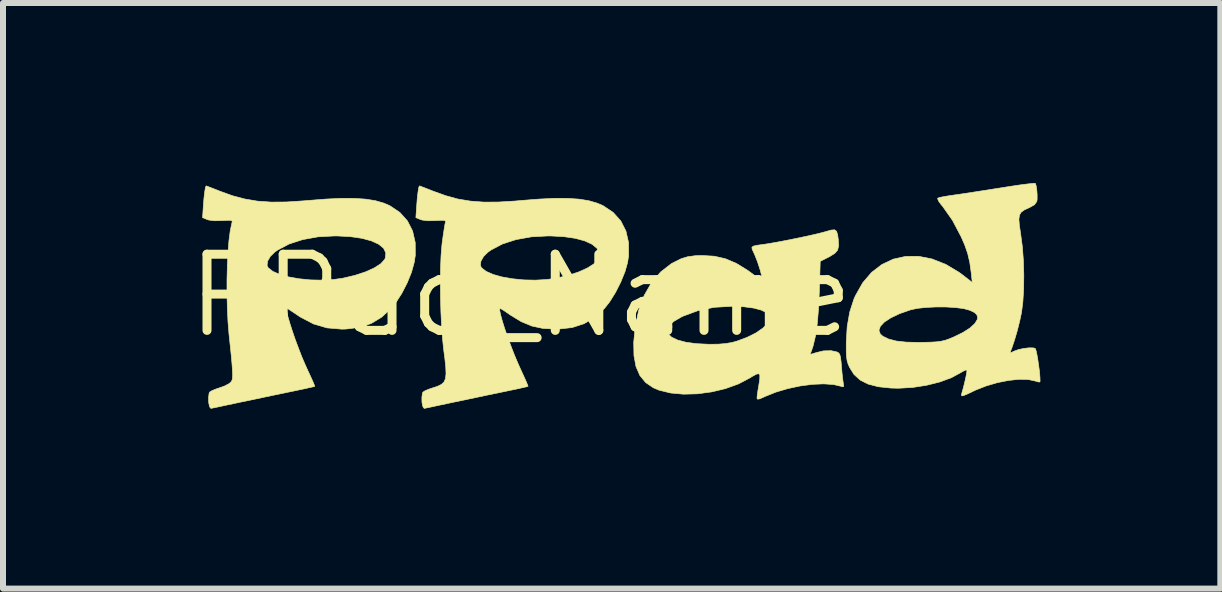
<source format=kicad_pcb>
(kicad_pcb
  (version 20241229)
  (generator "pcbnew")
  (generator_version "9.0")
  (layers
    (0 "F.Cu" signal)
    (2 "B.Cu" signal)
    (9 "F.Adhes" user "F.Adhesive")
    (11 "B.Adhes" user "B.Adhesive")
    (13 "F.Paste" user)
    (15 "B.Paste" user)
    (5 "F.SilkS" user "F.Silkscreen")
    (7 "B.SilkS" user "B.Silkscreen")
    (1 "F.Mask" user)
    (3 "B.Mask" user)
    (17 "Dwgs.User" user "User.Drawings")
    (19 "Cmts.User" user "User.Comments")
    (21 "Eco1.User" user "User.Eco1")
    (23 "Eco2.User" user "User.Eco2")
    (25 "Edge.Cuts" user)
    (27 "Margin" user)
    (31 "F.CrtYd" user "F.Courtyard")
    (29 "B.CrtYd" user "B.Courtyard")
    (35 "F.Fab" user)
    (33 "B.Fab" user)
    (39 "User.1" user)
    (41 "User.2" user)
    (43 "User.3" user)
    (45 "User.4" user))
  (footprint "PPad_Name"
    (layer "F.Cu")
    (at 5.632 1.878)
    (property "Reference" "PPad_Name" (at 0 0 0) (layer "F.SilkS") (effects (font (size 1.27 1.27) (thickness 0.15))))
    (attr through_hole)
    (fp_poly (pts (xy 5.264 -1.072) (xy 5.282 -1.011) (xy 5.292 -0.936) (xy 5.298 -0.831) (xy 5.281 -0.758) (xy 5.232 -0.703) (xy 5.145 -0.649) (xy 5.131 -0.642) (xy 4.991 -0.572) (xy 4.976 -0.064) (xy 4.962 0.229) (xy 4.941 0.475) (xy 4.911 0.678) (xy 4.872 0.84) (xy 4.85 0.906) (xy 4.832 0.955) (xy 4.826 0.977) (xy 4.847 0.974) (xy 4.9 0.958) (xy 4.921 0.951) (xy 5.047 0.921) (xy 5.173 0.918) (xy 5.266 0.938) (xy 5.296 0.953) (xy 5.316 0.979) (xy 5.329 1.026) (xy 5.339 1.105) (xy 5.346 1.186) (xy 5.355 1.295) (xy 5.366 1.391) (xy 5.375 1.458) (xy 5.378 1.471) (xy 5.383 1.514) (xy 5.362 1.52) (xy 5.344 1.513) (xy 5.214 1.482) (xy 5.049 1.471) (xy 4.86 1.479) (xy 4.657 1.506) (xy 4.45 1.55) (xy 4.251 1.609) (xy 4.07 1.682) (xy 4.059 1.687) (xy 3.988 1.719) (xy 3.95 1.727) (xy 3.938 1.714) (xy 3.937 1.707) (xy 3.941 1.662) (xy 3.952 1.586) (xy 3.965 1.509) (xy 3.983 1.396) (xy 3.985 1.328) (xy 3.967 1.301) (xy 3.925 1.31) (xy 3.853 1.35) (xy 3.818 1.372) (xy 3.628 1.472) (xy 3.412 1.55) (xy 3.181 1.605) (xy 2.944 1.637) (xy 2.712 1.643) (xy 2.495 1.623) (xy 2.304 1.576) (xy 2.209 1.536) (xy 2.081 1.449) (xy 1.985 1.332) (xy 1.92 1.183) (xy 1.886 0.999) (xy 1.882 0.777) (xy 1.902 0.572) (xy 2.44 0.572) (xy 2.455 0.636) (xy 2.513 0.692) (xy 2.612 0.74) (xy 2.751 0.777) (xy 2.927 0.801) (xy 3.139 0.811) (xy 3.141 0.811) (xy 3.295 0.809) (xy 3.416 0.799) (xy 3.521 0.781) (xy 3.598 0.76) (xy 3.771 0.696) (xy 3.921 0.621) (xy 4.04 0.538) (xy 4.12 0.453) (xy 4.148 0.401) (xy 4.146 0.34) (xy 4.098 0.286) (xy 4.008 0.241) (xy 3.88 0.207) (xy 3.718 0.186) (xy 3.525 0.178) (xy 3.517 0.178) (xy 3.222 0.195) (xy 2.954 0.25) (xy 2.705 0.342) (xy 2.673 0.358) (xy 2.547 0.431) (xy 2.47 0.504) (xy 2.44 0.572) (xy 1.902 0.572) (xy 1.907 0.52) (xy 1.965 0.244) (xy 2.056 -0.002) (xy 2.179 -0.217) (xy 2.332 -0.395) (xy 2.511 -0.534) (xy 2.674 -0.616) (xy 2.785 -0.649) (xy 2.914 -0.666) (xy 3.023 -0.669) (xy 3.226 -0.657) (xy 3.413 -0.614) (xy 3.594 -0.537) (xy 3.781 -0.422) (xy 3.872 -0.355) (xy 3.954 -0.293) (xy 4.002 -0.259) (xy 4.025 -0.251) (xy 4.03 -0.266) (xy 4.024 -0.297) (xy 3.99 -0.427) (xy 3.946 -0.563) (xy 3.899 -0.682) (xy 3.882 -0.718) (xy 3.857 -0.772) (xy 3.852 -0.805) (xy 3.876 -0.825) (xy 3.936 -0.839) (xy 4.026 -0.851) (xy 4.134 -0.867) (xy 4.275 -0.892) (xy 4.435 -0.922) (xy 4.602 -0.956) (xy 4.764 -0.99) (xy 4.91 -1.023) (xy 5.025 -1.051) (xy 5.079 -1.066) (xy 5.174 -1.093) (xy 5.232 -1.097) (xy 5.264 -1.072)) (stroke (width 0.01) (type solid)) (fill yes) (layer "F.SilkS"))
    (fp_poly (pts (xy -1.663 -1.82) (xy -1.601 -1.796) (xy -1.513 -1.762) (xy -1.466 -1.743) (xy -1.256 -1.667) (xy -1.053 -1.611) (xy -0.844 -1.576) (xy -0.622 -1.559) (xy -0.374 -1.56) (xy -0.09 -1.577) (xy -0.005 -1.585) (xy 0.301 -1.609) (xy 0.562 -1.622) (xy 0.785 -1.621) (xy 0.974 -1.608) (xy 1.134 -1.582) (xy 1.272 -1.542) (xy 1.372 -1.499) (xy 1.539 -1.387) (xy 1.666 -1.246) (xy 1.752 -1.077) (xy 1.796 -0.884) (xy 1.797 -0.669) (xy 1.78 -0.553) (xy 1.737 -0.4) (xy 1.667 -0.228) (xy 1.58 -0.055) (xy 1.483 0.101) (xy 1.397 0.211) (xy 1.234 0.361) (xy 1.056 0.467) (xy 0.857 0.532) (xy 0.629 0.558) (xy 0.573 0.558) (xy 0.366 0.546) (xy 0.184 0.507) (xy 0.009 0.435) (xy -0.172 0.325) (xy -0.215 0.295) (xy -0.282 0.249) (xy -0.331 0.22) (xy -0.349 0.214) (xy -0.352 0.248) (xy -0.337 0.321) (xy -0.308 0.425) (xy -0.268 0.553) (xy -0.218 0.696) (xy -0.162 0.847) (xy -0.103 0.999) (xy -0.042 1.142) (xy 0.003 1.242) (xy 0.051 1.347) (xy 0.09 1.433) (xy 0.114 1.492) (xy 0.121 1.513) (xy 0.095 1.52) (xy 0.027 1.535) (xy -0.075 1.558) (xy -0.205 1.585) (xy -0.353 1.616) (xy -0.381 1.622) (xy -0.566 1.66) (xy -0.764 1.702) (xy -0.958 1.743) (xy -1.133 1.779) (xy -1.239 1.802) (xy -1.368 1.829) (xy -1.478 1.853) (xy -1.56 1.87) (xy -1.605 1.879) (xy -1.611 1.88) (xy -1.627 1.86) (xy -1.636 1.839) (xy -1.648 1.777) (xy -1.649 1.699) (xy -1.641 1.632) (xy -1.632 1.609) (xy -1.598 1.587) (xy -1.532 1.559) (xy -1.475 1.54) (xy -1.389 1.512) (xy -1.325 1.481) (xy -1.281 1.441) (xy -1.256 1.384) (xy -1.247 1.304) (xy -1.251 1.192) (xy -1.267 1.043) (xy -1.284 0.914) (xy -1.304 0.728) (xy -1.32 0.51) (xy -1.332 0.272) (xy -1.339 0.024) (xy -1.341 -0.221) (xy -1.338 -0.453) (xy -1.336 -0.505) (xy -0.674 -0.505) (xy -0.657 -0.466) (xy -0.58 -0.405) (xy -0.462 -0.353) (xy -0.312 -0.311) (xy -0.139 -0.281) (xy 0.049 -0.262) (xy 0.242 -0.258) (xy 0.431 -0.268) (xy 0.588 -0.29) (xy 0.791 -0.338) (xy 0.968 -0.396) (xy 1.113 -0.462) (xy 1.222 -0.532) (xy 1.287 -0.604) (xy 1.296 -0.625) (xy 1.306 -0.711) (xy 1.269 -0.789) (xy 1.188 -0.856) (xy 1.067 -0.912) (xy 0.909 -0.955) (xy 0.717 -0.983) (xy 0.495 -0.995) (xy 0.449 -0.995) (xy 0.174 -0.98) (xy -0.08 -0.934) (xy -0.306 -0.861) (xy -0.496 -0.761) (xy -0.547 -0.725) (xy -0.621 -0.652) (xy -0.665 -0.575) (xy -0.674 -0.505) (xy -1.336 -0.505) (xy -1.33 -0.661) (xy -1.316 -0.833) (xy -1.311 -0.881) (xy -1.294 -1.003) (xy -1.278 -1.109) (xy -1.265 -1.187) (xy -1.256 -1.226) (xy -1.256 -1.227) (xy -1.256 -1.245) (xy -1.281 -1.255) (xy -1.341 -1.255) (xy -1.42 -1.251) (xy -1.549 -1.248) (xy -1.646 -1.26) (xy -1.674 -1.269) (xy -1.749 -1.3) (xy -1.737 -1.482) (xy -1.726 -1.624) (xy -1.713 -1.733) (xy -1.701 -1.803) (xy -1.69 -1.829) (xy -1.689 -1.829) (xy -1.663 -1.82)) (stroke (width 0.01) (type solid)) (fill yes) (layer "F.SilkS"))
    (fp_poly (pts (xy -5.219 -1.82) (xy -5.157 -1.796) (xy -5.069 -1.762) (xy -5.022 -1.743) (xy -4.81 -1.666) (xy -4.603 -1.611) (xy -4.39 -1.575) (xy -4.162 -1.559) (xy -3.908 -1.561) (xy -3.618 -1.58) (xy -3.561 -1.585) (xy -3.255 -1.609) (xy -2.994 -1.622) (xy -2.771 -1.621) (xy -2.582 -1.608) (xy -2.422 -1.582) (xy -2.284 -1.542) (xy -2.184 -1.499) (xy -2.017 -1.387) (xy -1.89 -1.246) (xy -1.804 -1.077) (xy -1.76 -0.884) (xy -1.759 -0.67) (xy -1.777 -0.553) (xy -1.822 -0.39) (xy -1.894 -0.212) (xy -1.985 -0.036) (xy -2.085 0.12) (xy -2.155 0.208) (xy -2.318 0.358) (xy -2.493 0.464) (xy -2.688 0.529) (xy -2.912 0.557) (xy -2.986 0.559) (xy -3.23 0.538) (xy -3.454 0.473) (xy -3.67 0.36) (xy -3.701 0.34) (xy -3.784 0.284) (xy -3.851 0.24) (xy -3.891 0.213) (xy -3.895 0.211) (xy -3.906 0.22) (xy -3.901 0.27) (xy -3.882 0.353) (xy -3.85 0.462) (xy -3.809 0.59) (xy -3.761 0.73) (xy -3.707 0.874) (xy -3.652 1.017) (xy -3.595 1.15) (xy -3.557 1.234) (xy -3.508 1.34) (xy -3.468 1.428) (xy -3.443 1.489) (xy -3.435 1.513) (xy -3.435 1.513) (xy -3.461 1.52) (xy -3.529 1.535) (xy -3.631 1.558) (xy -3.761 1.585) (xy -3.909 1.616) (xy -3.937 1.622) (xy -4.122 1.66) (xy -4.32 1.702) (xy -4.514 1.743) (xy -4.689 1.779) (xy -4.795 1.802) (xy -4.924 1.829) (xy -5.034 1.853) (xy -5.116 1.87) (xy -5.161 1.879) (xy -5.167 1.88) (xy -5.183 1.86) (xy -5.192 1.839) (xy -5.204 1.777) (xy -5.205 1.699) (xy -5.197 1.632) (xy -5.188 1.609) (xy -5.154 1.587) (xy -5.088 1.559) (xy -5.026 1.538) (xy -4.939 1.507) (xy -4.868 1.47) (xy -4.838 1.447) (xy -4.823 1.428) (xy -4.812 1.404) (xy -4.806 1.37) (xy -4.804 1.319) (xy -4.807 1.245) (xy -4.814 1.144) (xy -4.826 1.009) (xy -4.844 0.834) (xy -4.864 0.648) (xy -4.881 0.44) (xy -4.892 0.213) (xy -4.898 -0.024) (xy -4.898 -0.263) (xy -4.892 -0.496) (xy -4.892 -0.505) (xy -4.23 -0.505) (xy -4.213 -0.466) (xy -4.136 -0.405) (xy -4.018 -0.353) (xy -3.868 -0.311) (xy -3.695 -0.281) (xy -3.507 -0.262) (xy -3.314 -0.258) (xy -3.125 -0.268) (xy -2.968 -0.29) (xy -2.765 -0.338) (xy -2.588 -0.396) (xy -2.443 -0.462) (xy -2.334 -0.532) (xy -2.269 -0.604) (xy -2.26 -0.625) (xy -2.25 -0.711) (xy -2.287 -0.789) (xy -2.368 -0.856) (xy -2.489 -0.912) (xy -2.647 -0.955) (xy -2.839 -0.983) (xy -3.061 -0.995) (xy -3.107 -0.995) (xy -3.382 -0.98) (xy -3.636 -0.934) (xy -3.862 -0.861) (xy -4.052 -0.761) (xy -4.103 -0.725) (xy -4.177 -0.652) (xy -4.221 -0.575) (xy -4.23 -0.505) (xy -4.892 -0.505) (xy -4.881 -0.715) (xy -4.866 -0.91) (xy -4.845 -1.073) (xy -4.82 -1.196) (xy -4.814 -1.218) (xy -4.811 -1.241) (xy -4.827 -1.254) (xy -4.873 -1.256) (xy -4.957 -1.252) (xy -4.977 -1.251) (xy -5.105 -1.248) (xy -5.202 -1.26) (xy -5.23 -1.269) (xy -5.305 -1.3) (xy -5.293 -1.482) (xy -5.282 -1.624) (xy -5.269 -1.733) (xy -5.257 -1.803) (xy -5.246 -1.829) (xy -5.245 -1.829) (xy -5.219 -1.82)) (stroke (width 0.01) (type solid)) (fill yes) (layer "F.SilkS"))
    (fp_poly (pts (xy 8.576 -1.872) (xy 8.59 -1.834) (xy 8.601 -1.765) (xy 8.607 -1.684) (xy 8.607 -1.609) (xy 8.602 -1.57) (xy 8.564 -1.516) (xy 8.478 -1.467) (xy 8.47 -1.464) (xy 8.394 -1.429) (xy 8.342 -1.392) (xy 8.313 -1.344) (xy 8.303 -1.275) (xy 8.31 -1.177) (xy 8.331 -1.039) (xy 8.334 -1.016) (xy 8.361 -0.812) (xy 8.378 -0.583) (xy 8.385 -0.344) (xy 8.382 -0.11) (xy 8.369 0.105) (xy 8.346 0.285) (xy 8.315 0.429) (xy 8.275 0.588) (xy 8.229 0.744) (xy 8.184 0.877) (xy 8.167 0.92) (xy 8.159 0.947) (xy 8.175 0.949) (xy 8.225 0.925) (xy 8.298 0.899) (xy 8.388 0.88) (xy 8.477 0.87) (xy 8.547 0.872) (xy 8.576 0.881) (xy 8.588 0.912) (xy 8.603 0.979) (xy 8.619 1.071) (xy 8.634 1.174) (xy 8.647 1.275) (xy 8.654 1.362) (xy 8.656 1.421) (xy 8.653 1.44) (xy 8.625 1.439) (xy 8.574 1.423) (xy 8.456 1.398) (xy 8.304 1.395) (xy 8.129 1.414) (xy 7.943 1.451) (xy 7.756 1.506) (xy 7.578 1.576) (xy 7.555 1.587) (xy 7.453 1.636) (xy 7.389 1.663) (xy 7.356 1.672) (xy 7.345 1.663) (xy 7.349 1.638) (xy 7.35 1.632) (xy 7.378 1.533) (xy 7.403 1.431) (xy 7.423 1.34) (xy 7.435 1.272) (xy 7.437 1.242) (xy 7.414 1.241) (xy 7.364 1.265) (xy 7.333 1.284) (xy 7.176 1.369) (xy 6.982 1.44) (xy 6.762 1.495) (xy 6.529 1.531) (xy 6.295 1.544) (xy 6.172 1.541) (xy 5.96 1.519) (xy 5.79 1.475) (xy 5.657 1.408) (xy 5.554 1.314) (xy 5.483 1.201) (xy 5.456 1.141) (xy 5.439 1.083) (xy 5.429 1.013) (xy 5.425 0.918) (xy 5.425 0.787) (xy 5.437 0.578) (xy 5.97 0.578) (xy 5.992 0.639) (xy 6.034 0.677) (xy 6.132 0.724) (xy 6.259 0.757) (xy 6.422 0.775) (xy 6.627 0.78) (xy 6.693 0.779) (xy 6.832 0.776) (xy 6.935 0.77) (xy 7.014 0.759) (xy 7.083 0.742) (xy 7.156 0.715) (xy 7.216 0.69) (xy 7.366 0.617) (xy 7.486 0.541) (xy 7.569 0.465) (xy 7.611 0.395) (xy 7.615 0.359) (xy 7.6 0.315) (xy 7.56 0.28) (xy 7.482 0.243) (xy 7.48 0.243) (xy 7.381 0.216) (xy 7.245 0.199) (xy 7.086 0.189) (xy 6.917 0.189) (xy 6.753 0.197) (xy 6.605 0.213) (xy 6.49 0.239) (xy 6.311 0.302) (xy 6.167 0.371) (xy 6.06 0.441) (xy 5.994 0.511) (xy 5.97 0.578) (xy 5.437 0.578) (xy 5.441 0.514) (xy 5.483 0.274) (xy 5.553 0.057) (xy 5.578 0.001) (xy 5.7 -0.215) (xy 5.849 -0.389) (xy 6.021 -0.52) (xy 6.211 -0.609) (xy 6.416 -0.654) (xy 6.633 -0.655) (xy 6.856 -0.611) (xy 7.084 -0.521) (xy 7.31 -0.385) (xy 7.376 -0.336) (xy 7.526 -0.219) (xy 7.508 -0.383) (xy 7.484 -0.554) (xy 7.45 -0.7) (xy 7.4 -0.845) (xy 7.34 -0.982) (xy 7.197 -1.253) (xy 7.037 -1.481) (xy 7.004 -1.521) (xy 6.964 -1.576) (xy 6.948 -1.616) (xy 6.951 -1.625) (xy 6.984 -1.637) (xy 7.055 -1.651) (xy 7.152 -1.667) (xy 7.201 -1.674) (xy 7.296 -1.687) (xy 7.429 -1.707) (xy 7.59 -1.732) (xy 7.767 -1.759) (xy 7.948 -1.788) (xy 7.995 -1.795) (xy 8.159 -1.821) (xy 8.305 -1.843) (xy 8.427 -1.859) (xy 8.517 -1.869) (xy 8.568 -1.873) (xy 8.576 -1.872)) (stroke (width 0.01) (type solid)) (fill yes) (layer "F.SilkS")))
  (gr_rect
    (start -3 -3)
    (end 17.293 6.762)
    (stroke (width 0.1) (type default))
    (fill no)
    (layer "Edge.Cuts")))
</source>
